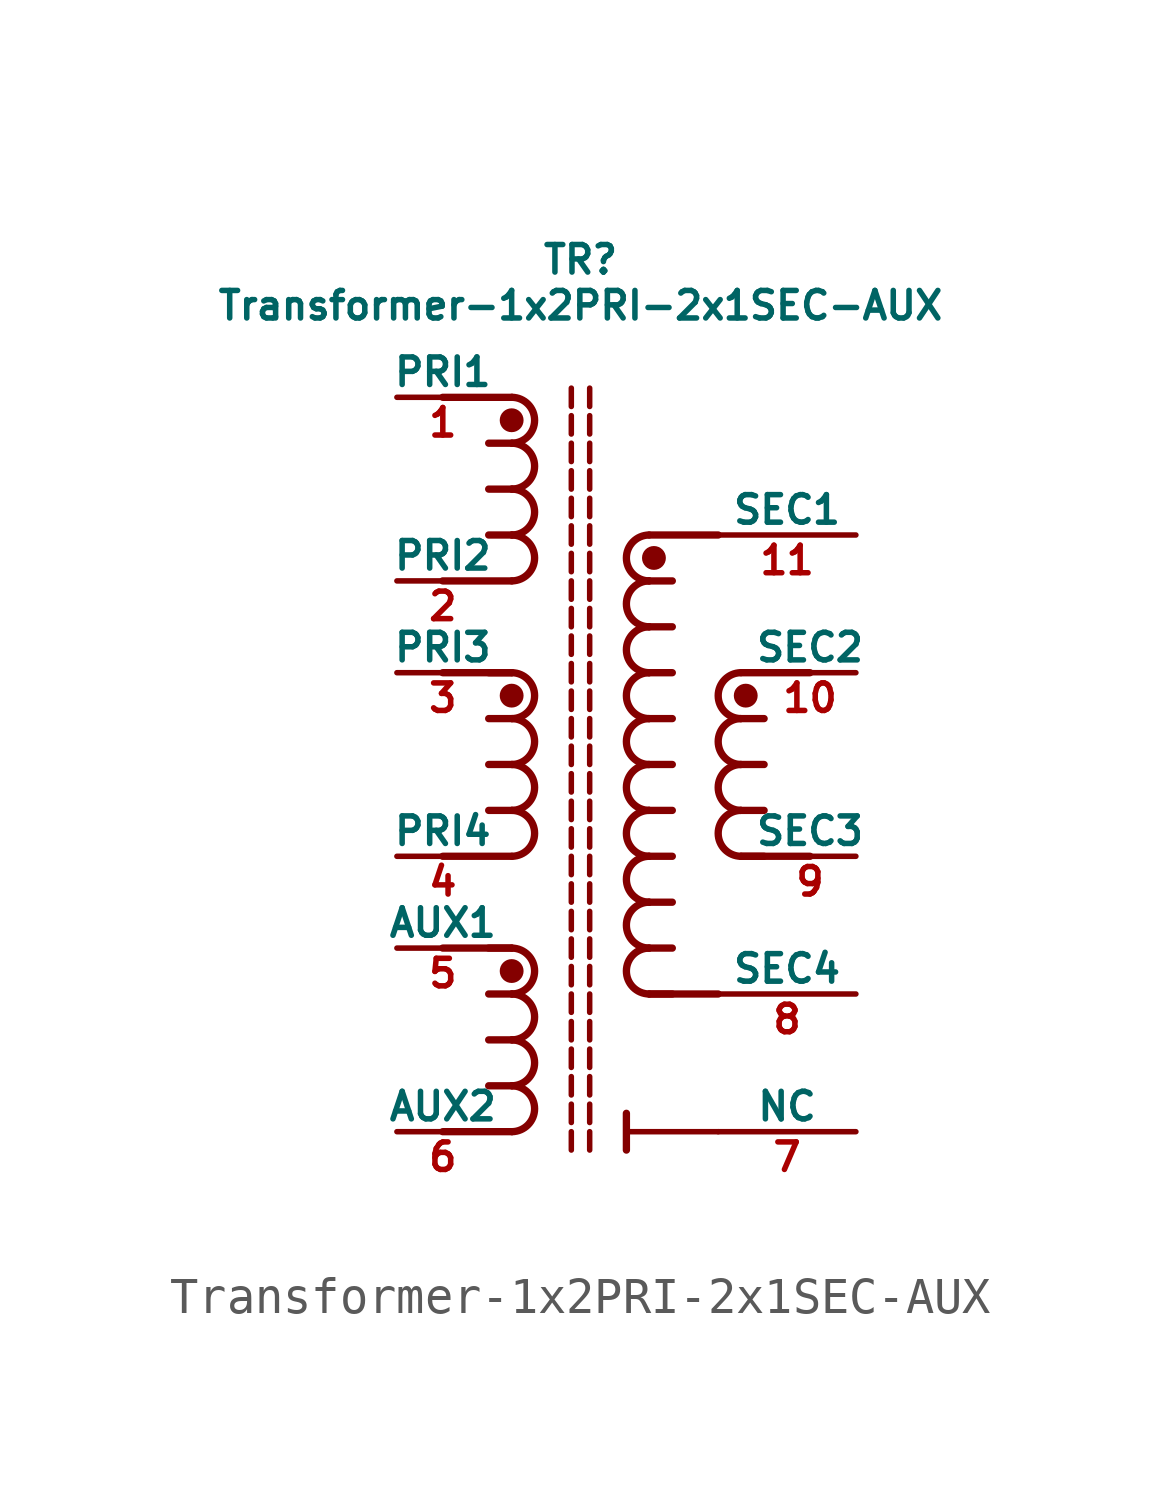
<source format=kicad_sym>
(kicad_symbol_lib
  (version 20231120)
  (generator "kicad_symbol_editor")
  (generator_version "8.0")
  (symbol "Transformer-1x2PRI-2x1SEC-AUX"
    (pin_names
      (offset 0))
    (property "Reference" "TR"
      (at 0 13.97 0)
      (effects (font (size 0.762 0.762))))
    (property "Value" "Transformer-1x2PRI-2x1SEC-AUX"
      (at 0 12.7 0)
      (effects (font (size 0.762 0.762))))
    (symbol "Transformer-1x2PRI-2x1SEC-AUX_1_1"
      (circle (center -1.905 -5.715) (radius 0.254) (stroke (width 0) (type default)) (fill (type outline)))
      (circle (center -1.905 1.905) (radius 0.254) (stroke (width 0) (type default)) (fill (type outline)))
      (circle (center -1.905 9.525) (radius 0.254) (stroke (width 0) (type default)) (fill (type outline)))
      (arc (start -1.8937 -10.16) (mid -1.2699 -9.525) (end -1.8937 -8.89) (stroke (width 0.2032) (type default)) (fill (type none)))
      (arc (start -1.8937 -8.89) (mid -1.2699 -8.255) (end -1.8937 -7.62) (stroke (width 0.2032) (type default)) (fill (type none)))
      (arc (start -1.8937 -7.62) (mid -1.2699 -6.985) (end -1.8937 -6.35) (stroke (width 0.2032) (type default)) (fill (type none)))
      (arc (start -1.8937 -6.35) (mid -1.2699 -5.715) (end -1.8937 -5.08) (stroke (width 0.2032) (type default)) (fill (type none)))
      (arc (start -1.8937 -2.54) (mid -1.2699 -1.905) (end -1.8937 -1.27) (stroke (width 0.2032) (type default)) (fill (type none)))
      (arc (start -1.8937 -1.27) (mid -1.2699 -0.635) (end -1.8937 0) (stroke (width 0.2032) (type default)) (fill (type none)))
      (arc (start -1.8937 0) (mid -1.2699 0.635) (end -1.8937 1.27) (stroke (width 0.2032) (type default)) (fill (type none)))
      (arc (start -1.8937 1.27) (mid -1.2699 1.905) (end -1.8937 2.54) (stroke (width 0.2032) (type default)) (fill (type none)))
      (arc (start -1.8937 5.08) (mid -1.2699 5.715) (end -1.8937 6.35) (stroke (width 0.2032) (type default)) (fill (type none)))
      (arc (start -1.8937 6.35) (mid -1.2699 6.985) (end -1.8937 7.62) (stroke (width 0.2032) (type default)) (fill (type none)))
      (arc (start -1.8937 7.62) (mid -1.2699 8.255) (end -1.8937 8.89) (stroke (width 0.2032) (type default)) (fill (type none)))
      (arc (start -1.8937 8.89) (mid -1.2699 9.525) (end -1.8937 10.16) (stroke (width 0.2032) (type default)) (fill (type none)))
      (polyline (pts (xy -1.905 -10.16) (xy -3.81 -10.16)) (stroke (width 0.203) (type default)) (fill (type none)))
      (polyline (pts (xy -1.905 -8.89) (xy -2.54 -8.89)) (stroke (width 0.203) (type default)) (fill (type none)))
      (polyline (pts (xy -1.905 -7.62) (xy -2.54 -7.62)) (stroke (width 0.203) (type default)) (fill (type none)))
      (polyline (pts (xy -1.905 -6.35) (xy -2.54 -6.35)) (stroke (width 0.203) (type default)) (fill (type none)))
      (polyline (pts (xy -1.905 -5.08) (xy -3.81 -5.08)) (stroke (width 0.203) (type default)) (fill (type none)))
      (polyline (pts (xy -1.905 -5.08) (xy -2.54 -5.08)) (stroke (width 0.203) (type default)) (fill (type none)))
      (polyline (pts (xy -1.905 -2.54) (xy -3.81 -2.54)) (stroke (width 0.203) (type default)) (fill (type none)))
      (polyline (pts (xy -1.905 -1.27) (xy -2.54 -1.27)) (stroke (width 0.203) (type default)) (fill (type none)))
      (polyline (pts (xy -1.905 0) (xy -2.54 0)) (stroke (width 0.203) (type default)) (fill (type none)))
      (polyline (pts (xy -1.905 1.27) (xy -2.54 1.27)) (stroke (width 0.203) (type default)) (fill (type none)))
      (polyline (pts (xy -1.905 2.54) (xy -3.81 2.54)) (stroke (width 0.203) (type default)) (fill (type none)))
      (polyline (pts (xy -1.905 2.54) (xy -2.54 2.54)) (stroke (width 0.203) (type default)) (fill (type none)))
      (polyline (pts (xy -1.905 5.08) (xy -3.81 5.08)) (stroke (width 0.203) (type default)) (fill (type none)))
      (polyline (pts (xy -1.905 6.35) (xy -2.54 6.35)) (stroke (width 0.203) (type default)) (fill (type none)))
      (polyline (pts (xy -1.905 7.62) (xy -2.54 7.62)) (stroke (width 0.203) (type default)) (fill (type none)))
      (polyline (pts (xy -1.905 8.89) (xy -2.54 8.89)) (stroke (width 0.203) (type default)) (fill (type none)))
      (polyline (pts (xy -1.905 10.16) (xy -3.81 10.16)) (stroke (width 0.203) (type default)) (fill (type none)))
      (polyline (pts (xy -0.254 -10.668) (xy -0.254 -10.16)) (stroke (width 0) (type solid)) (fill (type none)))
      (polyline (pts (xy -0.254 -9.906) (xy -0.254 -9.398)) (stroke (width 0) (type solid)) (fill (type none)))
      (polyline (pts (xy -0.254 -9.144) (xy -0.254 -8.636)) (stroke (width 0) (type solid)) (fill (type none)))
      (polyline (pts (xy -0.254 -8.382) (xy -0.254 -7.874)) (stroke (width 0) (type solid)) (fill (type none)))
      (polyline (pts (xy -0.254 -7.62) (xy -0.254 -7.112)) (stroke (width 0) (type solid)) (fill (type none)))
      (polyline (pts (xy -0.254 -6.858) (xy -0.254 -6.35)) (stroke (width 0) (type solid)) (fill (type none)))
      (polyline (pts (xy -0.254 -6.096) (xy -0.254 -5.588)) (stroke (width 0) (type solid)) (fill (type none)))
      (polyline (pts (xy -0.254 -5.334) (xy -0.254 -4.826)) (stroke (width 0) (type solid)) (fill (type none)))
      (polyline (pts (xy -0.254 -4.572) (xy -0.254 -4.064)) (stroke (width 0) (type solid)) (fill (type none)))
      (polyline (pts (xy -0.254 -3.81) (xy -0.254 -3.302)) (stroke (width 0) (type solid)) (fill (type none)))
      (polyline (pts (xy -0.254 -3.048) (xy -0.254 -2.54)) (stroke (width 0) (type solid)) (fill (type none)))
      (polyline (pts (xy -0.254 -2.286) (xy -0.254 -1.778)) (stroke (width 0) (type solid)) (fill (type none)))
      (polyline (pts (xy -0.254 -1.524) (xy -0.254 -1.016)) (stroke (width 0) (type solid)) (fill (type none)))
      (polyline (pts (xy -0.254 -0.762) (xy -0.254 -0.254)) (stroke (width 0) (type solid)) (fill (type none)))
      (polyline (pts (xy -0.254 0) (xy -0.254 0.508)) (stroke (width 0) (type solid)) (fill (type none)))
      (polyline (pts (xy -0.254 0.762) (xy -0.254 1.27)) (stroke (width 0) (type solid)) (fill (type none)))
      (polyline (pts (xy -0.254 1.524) (xy -0.254 2.032)) (stroke (width 0) (type solid)) (fill (type none)))
      (polyline (pts (xy -0.254 2.286) (xy -0.254 2.794)) (stroke (width 0) (type solid)) (fill (type none)))
      (polyline (pts (xy -0.254 3.048) (xy -0.254 3.556)) (stroke (width 0) (type solid)) (fill (type none)))
      (polyline (pts (xy -0.254 3.81) (xy -0.254 4.318)) (stroke (width 0) (type solid)) (fill (type none)))
      (polyline (pts (xy -0.254 4.572) (xy -0.254 5.08)) (stroke (width 0) (type solid)) (fill (type none)))
      (polyline (pts (xy -0.254 5.334) (xy -0.254 5.842)) (stroke (width 0) (type solid)) (fill (type none)))
      (polyline (pts (xy -0.254 6.096) (xy -0.254 6.604)) (stroke (width 0) (type solid)) (fill (type none)))
      (polyline (pts (xy -0.254 6.858) (xy -0.254 7.366)) (stroke (width 0) (type solid)) (fill (type none)))
      (polyline (pts (xy -0.254 7.62) (xy -0.254 8.128)) (stroke (width 0) (type solid)) (fill (type none)))
      (polyline (pts (xy -0.254 8.382) (xy -0.254 8.89)) (stroke (width 0) (type solid)) (fill (type none)))
      (polyline (pts (xy -0.254 9.144) (xy -0.254 9.652)) (stroke (width 0) (type solid)) (fill (type none)))
      (polyline (pts (xy -0.254 9.906) (xy -0.254 10.414)) (stroke (width 0) (type solid)) (fill (type none)))
      (polyline (pts (xy 0.254 -10.668) (xy 0.254 -10.16)) (stroke (width 0) (type solid)) (fill (type none)))
      (polyline (pts (xy 0.254 -9.906) (xy 0.254 -9.398)) (stroke (width 0) (type solid)) (fill (type none)))
      (polyline (pts (xy 0.254 -9.144) (xy 0.254 -8.636)) (stroke (width 0) (type solid)) (fill (type none)))
      (polyline (pts (xy 0.254 -8.382) (xy 0.254 -7.874)) (stroke (width 0) (type solid)) (fill (type none)))
      (polyline (pts (xy 0.254 -7.62) (xy 0.254 -7.112)) (stroke (width 0) (type solid)) (fill (type none)))
      (polyline (pts (xy 0.254 -6.858) (xy 0.254 -6.35)) (stroke (width 0) (type solid)) (fill (type none)))
      (polyline (pts (xy 0.254 -6.096) (xy 0.254 -5.588)) (stroke (width 0) (type solid)) (fill (type none)))
      (polyline (pts (xy 0.254 -5.334) (xy 0.254 -4.826)) (stroke (width 0) (type solid)) (fill (type none)))
      (polyline (pts (xy 0.254 -4.572) (xy 0.254 -4.064)) (stroke (width 0) (type solid)) (fill (type none)))
      (polyline (pts (xy 0.254 -3.81) (xy 0.254 -3.302)) (stroke (width 0) (type solid)) (fill (type none)))
      (polyline (pts (xy 0.254 -3.048) (xy 0.254 -2.54)) (stroke (width 0) (type solid)) (fill (type none)))
      (polyline (pts (xy 0.254 -2.286) (xy 0.254 -1.778)) (stroke (width 0) (type solid)) (fill (type none)))
      (polyline (pts (xy 0.254 -1.524) (xy 0.254 -1.016)) (stroke (width 0) (type solid)) (fill (type none)))
      (polyline (pts (xy 0.254 -0.762) (xy 0.254 -0.254)) (stroke (width 0) (type solid)) (fill (type none)))
      (polyline (pts (xy 0.254 0) (xy 0.254 0.508)) (stroke (width 0) (type solid)) (fill (type none)))
      (polyline (pts (xy 0.254 0.762) (xy 0.254 1.27)) (stroke (width 0) (type solid)) (fill (type none)))
      (polyline (pts (xy 0.254 1.524) (xy 0.254 2.032)) (stroke (width 0) (type solid)) (fill (type none)))
      (polyline (pts (xy 0.254 2.286) (xy 0.254 2.794)) (stroke (width 0) (type solid)) (fill (type none)))
      (polyline (pts (xy 0.254 3.048) (xy 0.254 3.556)) (stroke (width 0) (type solid)) (fill (type none)))
      (polyline (pts (xy 0.254 3.81) (xy 0.254 4.318)) (stroke (width 0) (type solid)) (fill (type none)))
      (polyline (pts (xy 0.254 4.572) (xy 0.254 5.08)) (stroke (width 0) (type solid)) (fill (type none)))
      (polyline (pts (xy 0.254 5.334) (xy 0.254 5.842)) (stroke (width 0) (type solid)) (fill (type none)))
      (polyline (pts (xy 0.254 6.096) (xy 0.254 6.604)) (stroke (width 0) (type solid)) (fill (type none)))
      (polyline (pts (xy 0.254 6.858) (xy 0.254 7.366)) (stroke (width 0) (type solid)) (fill (type none)))
      (polyline (pts (xy 0.254 7.62) (xy 0.254 8.128)) (stroke (width 0) (type solid)) (fill (type none)))
      (polyline (pts (xy 0.254 8.382) (xy 0.254 8.89)) (stroke (width 0) (type solid)) (fill (type none)))
      (polyline (pts (xy 0.254 9.144) (xy 0.254 9.652)) (stroke (width 0) (type solid)) (fill (type none)))
      (polyline (pts (xy 0.254 9.906) (xy 0.254 10.414)) (stroke (width 0) (type solid)) (fill (type none)))
      (polyline (pts (xy 1.27 -9.652) (xy 1.27 -10.668)) (stroke (width 0.203) (type default)) (fill (type none)))
      (polyline (pts (xy 1.905 -6.35) (xy 2.54 -6.35)) (stroke (width 0.203) (type default)) (fill (type none)))
      (polyline (pts (xy 1.905 -6.35) (xy 3.81 -6.35)) (stroke (width 0.203) (type default)) (fill (type none)))
      (polyline (pts (xy 1.905 -5.08) (xy 2.54 -5.08)) (stroke (width 0.203) (type default)) (fill (type none)))
      (polyline (pts (xy 1.905 -3.81) (xy 2.54 -3.81)) (stroke (width 0.203) (type default)) (fill (type none)))
      (polyline (pts (xy 1.905 -2.54) (xy 2.54 -2.54)) (stroke (width 0.203) (type default)) (fill (type none)))
      (polyline (pts (xy 1.905 -1.27) (xy 2.54 -1.27)) (stroke (width 0.203) (type default)) (fill (type none)))
      (polyline (pts (xy 1.905 0) (xy 2.54 0)) (stroke (width 0.203) (type default)) (fill (type none)))
      (polyline (pts (xy 1.905 1.27) (xy 2.54 1.27)) (stroke (width 0.203) (type default)) (fill (type none)))
      (polyline (pts (xy 1.905 2.54) (xy 2.54 2.54)) (stroke (width 0.203) (type default)) (fill (type none)))
      (polyline (pts (xy 1.905 3.81) (xy 2.54 3.81)) (stroke (width 0.203) (type default)) (fill (type none)))
      (polyline (pts (xy 1.905 5.08) (xy 2.54 5.08)) (stroke (width 0.203) (type default)) (fill (type none)))
      (polyline (pts (xy 1.905 6.35) (xy 3.81 6.35)) (stroke (width 0.203) (type default)) (fill (type none)))
      (polyline (pts (xy 3.81 -10.16) (xy 1.27 -10.16)) (stroke (width 0) (type default)) (fill (type none)))
      (polyline (pts (xy 4.445 -2.54) (xy 5.08 -2.54)) (stroke (width 0.203) (type default)) (fill (type none)))
      (polyline (pts (xy 4.445 -2.54) (xy 6.35 -2.54)) (stroke (width 0.203) (type default)) (fill (type none)))
      (polyline (pts (xy 4.445 -1.27) (xy 5.08 -1.27)) (stroke (width 0.203) (type default)) (fill (type none)))
      (polyline (pts (xy 4.445 0) (xy 5.08 0)) (stroke (width 0.203) (type default)) (fill (type none)))
      (polyline (pts (xy 4.445 1.27) (xy 5.08 1.27)) (stroke (width 0.203) (type default)) (fill (type none)))
      (polyline (pts (xy 4.445 2.54) (xy 6.35 2.54)) (stroke (width 0.203) (type default)) (fill (type none)))
      (arc (start 1.8937 -5.08) (mid 1.2699 -5.715) (end 1.8937 -6.35) (stroke (width 0.2032) (type default)) (fill (type none)))
      (arc (start 1.8937 -3.81) (mid 1.2699 -4.445) (end 1.8937 -5.08) (stroke (width 0.2032) (type default)) (fill (type none)))
      (arc (start 1.8937 -2.54) (mid 1.2699 -3.175) (end 1.8937 -3.81) (stroke (width 0.2032) (type default)) (fill (type none)))
      (arc (start 1.8937 -1.27) (mid 1.2699 -1.905) (end 1.8937 -2.54) (stroke (width 0.2032) (type default)) (fill (type none)))
      (arc (start 1.8937 0) (mid 1.2699 -0.635) (end 1.8937 -1.27) (stroke (width 0.2032) (type default)) (fill (type none)))
      (arc (start 1.8937 1.27) (mid 1.2699 0.635) (end 1.8937 0) (stroke (width 0.2032) (type default)) (fill (type none)))
      (arc (start 1.8937 2.54) (mid 1.2699 1.905) (end 1.8937 1.27) (stroke (width 0.2032) (type default)) (fill (type none)))
      (arc (start 1.8937 3.81) (mid 1.2699 3.175) (end 1.8937 2.54) (stroke (width 0.2032) (type default)) (fill (type none)))
      (arc (start 1.8937 5.08) (mid 1.2699 4.445) (end 1.8937 3.81) (stroke (width 0.2032) (type default)) (fill (type none)))
      (arc (start 1.8937 6.35) (mid 1.2699 5.715) (end 1.8937 5.08) (stroke (width 0.2032) (type default)) (fill (type none)))
      (circle (center 2.032 5.715) (radius 0.254) (stroke (width 0) (type default)) (fill (type outline)))
      (arc (start 4.4337 -1.27) (mid 3.8099 -1.905) (end 4.4337 -2.54) (stroke (width 0.2032) (type default)) (fill (type none)))
      (arc (start 4.4337 0) (mid 3.8099 -0.635) (end 4.4337 -1.27) (stroke (width 0.2032) (type default)) (fill (type none)))
      (arc (start 4.4337 1.27) (mid 3.8099 0.635) (end 4.4337 0) (stroke (width 0.2032) (type default)) (fill (type none)))
      (arc (start 4.4337 2.54) (mid 3.8099 1.905) (end 4.4337 1.27) (stroke (width 0.2032) (type default)) (fill (type none)))
      (circle (center 4.572 1.905) (radius 0.254) (stroke (width 0) (type default)) (fill (type outline)))
      (pin passive line (at -5.08 10.16 0) (length 2.54) (name "PRI1" (effects (font (size 0.762 0.762)))) (number "1" (effects (font (size 0.762 0.762)))))
      (pin passive line (at 7.62 2.54 180) (length 2.54) (name "SEC2" (effects (font (size 0.762 0.762)))) (number "10" (effects (font (size 0.762 0.762)))))
      (pin passive line (at 7.62 6.35 180) (length 3.81) (name "SEC1" (effects (font (size 0.762 0.762)))) (number "11" (effects (font (size 0.762 0.762)))))
      (pin passive line (at -5.08 5.08 0) (length 2.54) (name "PRI2" (effects (font (size 0.762 0.762)))) (number "2" (effects (font (size 0.762 0.762)))))
      (pin passive line (at -5.08 2.54 0) (length 2.54) (name "PRI3" (effects (font (size 0.762 0.762)))) (number "3" (effects (font (size 0.762 0.762)))))
      (pin passive line (at -5.08 -2.54 0) (length 2.54) (name "PRI4" (effects (font (size 0.762 0.762)))) (number "4" (effects (font (size 0.762 0.762)))))
      (pin passive line (at -5.08 -5.08 0) (length 2.54) (name "AUX1" (effects (font (size 0.762 0.762)))) (number "5" (effects (font (size 0.762 0.762)))))
      (pin passive line (at -5.08 -10.16 0) (length 2.54) (name "AUX2" (effects (font (size 0.762 0.762)))) (number "6" (effects (font (size 0.762 0.762)))))
      (pin passive line (at 7.62 -10.16 180) (length 3.81) (name "NC" (effects (font (size 0.762 0.762)))) (number "7" (effects (font (size 0.762 0.762)))))
      (pin passive line (at 7.62 -6.35 180) (length 3.81) (name "SEC4" (effects (font (size 0.762 0.762)))) (number "8" (effects (font (size 0.762 0.762)))))
      (pin passive line (at 7.62 -2.54 180) (length 2.54) (name "SEC3" (effects (font (size 0.762 0.762)))) (number "9" (effects (font (size 0.762 0.762))))))))
</source>
